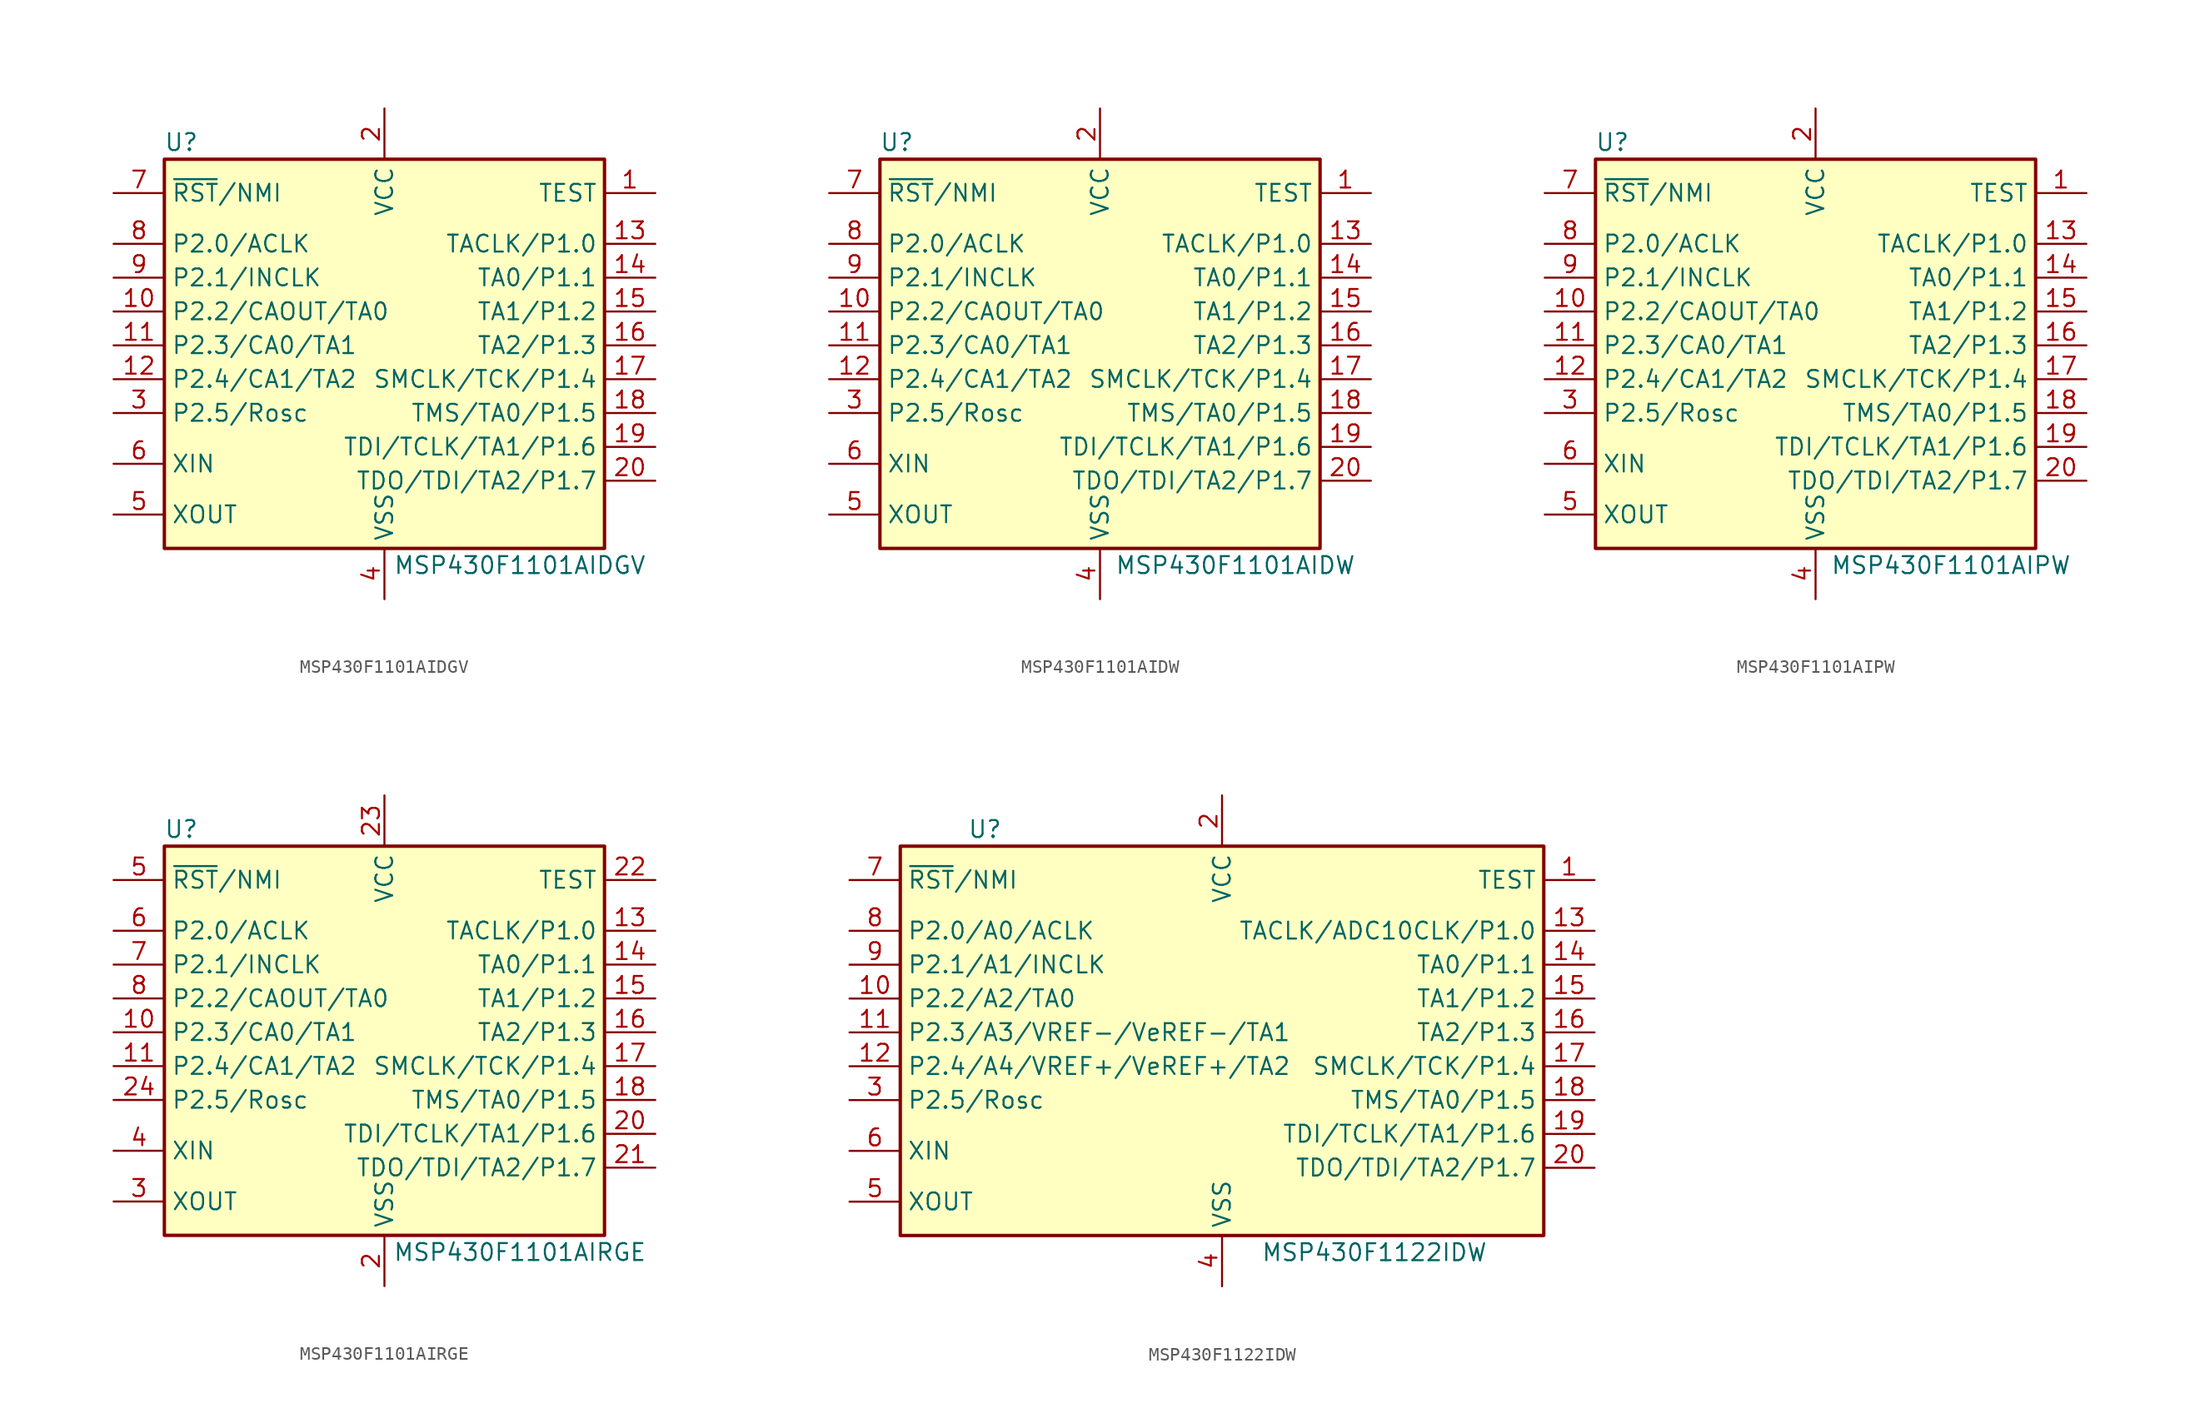
<source format=kicad_sym>
(kicad_symbol_lib
  (version 20241209)
  (generator "kicad_symbol_editor")
  (generator_version "9.0")
  (symbol "MSP430F1101AIDGV"
    (property "Reference" "U"
      (at -15.24 15.24 0)
      (effects (font (size 1.27 1.27))))
    (property "Value" "MSP430F1101AIDGV"
      (at 10.16 -16.51 0)
      (effects (font (size 1.27 1.27))))
    (symbol "MSP430F1101AIDGV_0_1"
      (rectangle (start -16.51 13.97) (end 16.51 -15.24) (stroke (width 0.254) (type default)) (fill (type background))))
    (symbol "MSP430F1101AIDGV_1_1"
      (pin input line (at -20.32 11.43 0) (length 3.81) (name "~{RST}/NMI" (effects (font (size 1.27 1.27)))) (number "7" (effects (font (size 1.27 1.27)))))
      (pin bidirectional line (at -20.32 7.62 0) (length 3.81) (name "P2.0/ACLK" (effects (font (size 1.27 1.27)))) (number "8" (effects (font (size 1.27 1.27)))))
      (pin bidirectional line (at -20.32 5.08 0) (length 3.81) (name "P2.1/INCLK" (effects (font (size 1.27 1.27)))) (number "9" (effects (font (size 1.27 1.27)))))
      (pin bidirectional line (at -20.32 2.54 0) (length 3.81) (name "P2.2/CAOUT/TA0" (effects (font (size 1.27 1.27)))) (number "10" (effects (font (size 1.27 1.27)))))
      (pin bidirectional line (at -20.32 0 0) (length 3.81) (name "P2.3/CA0/TA1" (effects (font (size 1.27 1.27)))) (number "11" (effects (font (size 1.27 1.27)))))
      (pin bidirectional line (at -20.32 -2.54 0) (length 3.81) (name "P2.4/CA1/TA2" (effects (font (size 1.27 1.27)))) (number "12" (effects (font (size 1.27 1.27)))))
      (pin bidirectional line (at -20.32 -5.08 0) (length 3.81) (name "P2.5/Rosc" (effects (font (size 1.27 1.27)))) (number "3" (effects (font (size 1.27 1.27)))))
      (pin input line (at -20.32 -8.89 0) (length 3.81) (name "XIN" (effects (font (size 1.27 1.27)))) (number "6" (effects (font (size 1.27 1.27)))))
      (pin output line (at -20.32 -12.7 0) (length 3.81) (name "XOUT" (effects (font (size 1.27 1.27)))) (number "5" (effects (font (size 1.27 1.27)))))
      (pin power_in line (at 0 17.78 270) (length 3.81) (name "VCC" (effects (font (size 1.27 1.27)))) (number "2" (effects (font (size 1.27 1.27)))))
      (pin power_in line (at 0 -19.05 90) (length 3.81) (name "VSS" (effects (font (size 1.27 1.27)))) (number "4" (effects (font (size 1.27 1.27)))))
      (pin input line (at 20.32 11.43 180) (length 3.81) (name "TEST" (effects (font (size 1.27 1.27)))) (number "1" (effects (font (size 1.27 1.27)))))
      (pin bidirectional line (at 20.32 7.62 180) (length 3.81) (name "TACLK/P1.0" (effects (font (size 1.27 1.27)))) (number "13" (effects (font (size 1.27 1.27)))))
      (pin bidirectional line (at 20.32 5.08 180) (length 3.81) (name "TA0/P1.1" (effects (font (size 1.27 1.27)))) (number "14" (effects (font (size 1.27 1.27)))))
      (pin bidirectional line (at 20.32 2.54 180) (length 3.81) (name "TA1/P1.2" (effects (font (size 1.27 1.27)))) (number "15" (effects (font (size 1.27 1.27)))))
      (pin bidirectional line (at 20.32 0 180) (length 3.81) (name "TA2/P1.3" (effects (font (size 1.27 1.27)))) (number "16" (effects (font (size 1.27 1.27)))))
      (pin bidirectional line (at 20.32 -2.54 180) (length 3.81) (name "SMCLK/TCK/P1.4" (effects (font (size 1.27 1.27)))) (number "17" (effects (font (size 1.27 1.27)))))
      (pin bidirectional line (at 20.32 -5.08 180) (length 3.81) (name "TMS/TA0/P1.5" (effects (font (size 1.27 1.27)))) (number "18" (effects (font (size 1.27 1.27)))))
      (pin bidirectional line (at 20.32 -7.62 180) (length 3.81) (name "TDI/TCLK/TA1/P1.6" (effects (font (size 1.27 1.27)))) (number "19" (effects (font (size 1.27 1.27)))))
      (pin bidirectional line (at 20.32 -10.16 180) (length 3.81) (name "TDO/TDI/TA2/P1.7" (effects (font (size 1.27 1.27)))) (number "20" (effects (font (size 1.27 1.27)))))))
  (symbol "MSP430F1101AIDW"
    (property "Reference" "U"
      (at -15.24 15.24 0)
      (effects (font (size 1.27 1.27))))
    (property "Value" "MSP430F1101AIDW"
      (at 10.16 -16.51 0)
      (effects (font (size 1.27 1.27))))
    (symbol "MSP430F1101AIDW_0_1"
      (rectangle (start -16.51 13.97) (end 16.51 -15.24) (stroke (width 0.254) (type default)) (fill (type background))))
    (symbol "MSP430F1101AIDW_1_1"
      (pin input line (at -20.32 11.43 0) (length 3.81) (name "~{RST}/NMI" (effects (font (size 1.27 1.27)))) (number "7" (effects (font (size 1.27 1.27)))))
      (pin bidirectional line (at -20.32 7.62 0) (length 3.81) (name "P2.0/ACLK" (effects (font (size 1.27 1.27)))) (number "8" (effects (font (size 1.27 1.27)))))
      (pin bidirectional line (at -20.32 5.08 0) (length 3.81) (name "P2.1/INCLK" (effects (font (size 1.27 1.27)))) (number "9" (effects (font (size 1.27 1.27)))))
      (pin bidirectional line (at -20.32 2.54 0) (length 3.81) (name "P2.2/CAOUT/TA0" (effects (font (size 1.27 1.27)))) (number "10" (effects (font (size 1.27 1.27)))))
      (pin bidirectional line (at -20.32 0 0) (length 3.81) (name "P2.3/CA0/TA1" (effects (font (size 1.27 1.27)))) (number "11" (effects (font (size 1.27 1.27)))))
      (pin bidirectional line (at -20.32 -2.54 0) (length 3.81) (name "P2.4/CA1/TA2" (effects (font (size 1.27 1.27)))) (number "12" (effects (font (size 1.27 1.27)))))
      (pin bidirectional line (at -20.32 -5.08 0) (length 3.81) (name "P2.5/Rosc" (effects (font (size 1.27 1.27)))) (number "3" (effects (font (size 1.27 1.27)))))
      (pin input line (at -20.32 -8.89 0) (length 3.81) (name "XIN" (effects (font (size 1.27 1.27)))) (number "6" (effects (font (size 1.27 1.27)))))
      (pin output line (at -20.32 -12.7 0) (length 3.81) (name "XOUT" (effects (font (size 1.27 1.27)))) (number "5" (effects (font (size 1.27 1.27)))))
      (pin power_in line (at 0 17.78 270) (length 3.81) (name "VCC" (effects (font (size 1.27 1.27)))) (number "2" (effects (font (size 1.27 1.27)))))
      (pin power_in line (at 0 -19.05 90) (length 3.81) (name "VSS" (effects (font (size 1.27 1.27)))) (number "4" (effects (font (size 1.27 1.27)))))
      (pin input line (at 20.32 11.43 180) (length 3.81) (name "TEST" (effects (font (size 1.27 1.27)))) (number "1" (effects (font (size 1.27 1.27)))))
      (pin bidirectional line (at 20.32 7.62 180) (length 3.81) (name "TACLK/P1.0" (effects (font (size 1.27 1.27)))) (number "13" (effects (font (size 1.27 1.27)))))
      (pin bidirectional line (at 20.32 5.08 180) (length 3.81) (name "TA0/P1.1" (effects (font (size 1.27 1.27)))) (number "14" (effects (font (size 1.27 1.27)))))
      (pin bidirectional line (at 20.32 2.54 180) (length 3.81) (name "TA1/P1.2" (effects (font (size 1.27 1.27)))) (number "15" (effects (font (size 1.27 1.27)))))
      (pin bidirectional line (at 20.32 0 180) (length 3.81) (name "TA2/P1.3" (effects (font (size 1.27 1.27)))) (number "16" (effects (font (size 1.27 1.27)))))
      (pin bidirectional line (at 20.32 -2.54 180) (length 3.81) (name "SMCLK/TCK/P1.4" (effects (font (size 1.27 1.27)))) (number "17" (effects (font (size 1.27 1.27)))))
      (pin bidirectional line (at 20.32 -5.08 180) (length 3.81) (name "TMS/TA0/P1.5" (effects (font (size 1.27 1.27)))) (number "18" (effects (font (size 1.27 1.27)))))
      (pin bidirectional line (at 20.32 -7.62 180) (length 3.81) (name "TDI/TCLK/TA1/P1.6" (effects (font (size 1.27 1.27)))) (number "19" (effects (font (size 1.27 1.27)))))
      (pin bidirectional line (at 20.32 -10.16 180) (length 3.81) (name "TDO/TDI/TA2/P1.7" (effects (font (size 1.27 1.27)))) (number "20" (effects (font (size 1.27 1.27)))))))
  (symbol "MSP430F1101AIPW"
    (property "Reference" "U"
      (at -15.24 15.24 0)
      (effects (font (size 1.27 1.27))))
    (property "Value" "MSP430F1101AIPW"
      (at 10.16 -16.51 0)
      (effects (font (size 1.27 1.27))))
    (symbol "MSP430F1101AIPW_0_1"
      (rectangle (start -16.51 13.97) (end 16.51 -15.24) (stroke (width 0.254) (type default)) (fill (type background))))
    (symbol "MSP430F1101AIPW_1_1"
      (pin input line (at -20.32 11.43 0) (length 3.81) (name "~{RST}/NMI" (effects (font (size 1.27 1.27)))) (number "7" (effects (font (size 1.27 1.27)))))
      (pin bidirectional line (at -20.32 7.62 0) (length 3.81) (name "P2.0/ACLK" (effects (font (size 1.27 1.27)))) (number "8" (effects (font (size 1.27 1.27)))))
      (pin bidirectional line (at -20.32 5.08 0) (length 3.81) (name "P2.1/INCLK" (effects (font (size 1.27 1.27)))) (number "9" (effects (font (size 1.27 1.27)))))
      (pin bidirectional line (at -20.32 2.54 0) (length 3.81) (name "P2.2/CAOUT/TA0" (effects (font (size 1.27 1.27)))) (number "10" (effects (font (size 1.27 1.27)))))
      (pin bidirectional line (at -20.32 0 0) (length 3.81) (name "P2.3/CA0/TA1" (effects (font (size 1.27 1.27)))) (number "11" (effects (font (size 1.27 1.27)))))
      (pin bidirectional line (at -20.32 -2.54 0) (length 3.81) (name "P2.4/CA1/TA2" (effects (font (size 1.27 1.27)))) (number "12" (effects (font (size 1.27 1.27)))))
      (pin bidirectional line (at -20.32 -5.08 0) (length 3.81) (name "P2.5/Rosc" (effects (font (size 1.27 1.27)))) (number "3" (effects (font (size 1.27 1.27)))))
      (pin input line (at -20.32 -8.89 0) (length 3.81) (name "XIN" (effects (font (size 1.27 1.27)))) (number "6" (effects (font (size 1.27 1.27)))))
      (pin output line (at -20.32 -12.7 0) (length 3.81) (name "XOUT" (effects (font (size 1.27 1.27)))) (number "5" (effects (font (size 1.27 1.27)))))
      (pin power_in line (at 0 17.78 270) (length 3.81) (name "VCC" (effects (font (size 1.27 1.27)))) (number "2" (effects (font (size 1.27 1.27)))))
      (pin power_in line (at 0 -19.05 90) (length 3.81) (name "VSS" (effects (font (size 1.27 1.27)))) (number "4" (effects (font (size 1.27 1.27)))))
      (pin input line (at 20.32 11.43 180) (length 3.81) (name "TEST" (effects (font (size 1.27 1.27)))) (number "1" (effects (font (size 1.27 1.27)))))
      (pin bidirectional line (at 20.32 7.62 180) (length 3.81) (name "TACLK/P1.0" (effects (font (size 1.27 1.27)))) (number "13" (effects (font (size 1.27 1.27)))))
      (pin bidirectional line (at 20.32 5.08 180) (length 3.81) (name "TA0/P1.1" (effects (font (size 1.27 1.27)))) (number "14" (effects (font (size 1.27 1.27)))))
      (pin bidirectional line (at 20.32 2.54 180) (length 3.81) (name "TA1/P1.2" (effects (font (size 1.27 1.27)))) (number "15" (effects (font (size 1.27 1.27)))))
      (pin bidirectional line (at 20.32 0 180) (length 3.81) (name "TA2/P1.3" (effects (font (size 1.27 1.27)))) (number "16" (effects (font (size 1.27 1.27)))))
      (pin bidirectional line (at 20.32 -2.54 180) (length 3.81) (name "SMCLK/TCK/P1.4" (effects (font (size 1.27 1.27)))) (number "17" (effects (font (size 1.27 1.27)))))
      (pin bidirectional line (at 20.32 -5.08 180) (length 3.81) (name "TMS/TA0/P1.5" (effects (font (size 1.27 1.27)))) (number "18" (effects (font (size 1.27 1.27)))))
      (pin bidirectional line (at 20.32 -7.62 180) (length 3.81) (name "TDI/TCLK/TA1/P1.6" (effects (font (size 1.27 1.27)))) (number "19" (effects (font (size 1.27 1.27)))))
      (pin bidirectional line (at 20.32 -10.16 180) (length 3.81) (name "TDO/TDI/TA2/P1.7" (effects (font (size 1.27 1.27)))) (number "20" (effects (font (size 1.27 1.27)))))))
  (symbol "MSP430F1101AIRGE"
    (property "Reference" "U"
      (at -15.24 15.24 0)
      (effects (font (size 1.27 1.27))))
    (property "Value" "MSP430F1101AIRGE"
      (at 10.16 -16.51 0)
      (effects (font (size 1.27 1.27))))
    (symbol "MSP430F1101AIRGE_0_1"
      (rectangle (start -16.51 13.97) (end 16.51 -15.24) (stroke (width 0.254) (type default)) (fill (type background))))
    (symbol "MSP430F1101AIRGE_1_1"
      (pin input line (at -20.32 11.43 0) (length 3.81) (name "~{RST}/NMI" (effects (font (size 1.27 1.27)))) (number "5" (effects (font (size 1.27 1.27)))))
      (pin bidirectional line (at -20.32 7.62 0) (length 3.81) (name "P2.0/ACLK" (effects (font (size 1.27 1.27)))) (number "6" (effects (font (size 1.27 1.27)))))
      (pin bidirectional line (at -20.32 5.08 0) (length 3.81) (name "P2.1/INCLK" (effects (font (size 1.27 1.27)))) (number "7" (effects (font (size 1.27 1.27)))))
      (pin bidirectional line (at -20.32 2.54 0) (length 3.81) (name "P2.2/CAOUT/TA0" (effects (font (size 1.27 1.27)))) (number "8" (effects (font (size 1.27 1.27)))))
      (pin bidirectional line (at -20.32 0 0) (length 3.81) (name "P2.3/CA0/TA1" (effects (font (size 1.27 1.27)))) (number "10" (effects (font (size 1.27 1.27)))))
      (pin bidirectional line (at -20.32 -2.54 0) (length 3.81) (name "P2.4/CA1/TA2" (effects (font (size 1.27 1.27)))) (number "11" (effects (font (size 1.27 1.27)))))
      (pin bidirectional line (at -20.32 -5.08 0) (length 3.81) (name "P2.5/Rosc" (effects (font (size 1.27 1.27)))) (number "24" (effects (font (size 1.27 1.27)))))
      (pin input line (at -20.32 -8.89 0) (length 3.81) (name "XIN" (effects (font (size 1.27 1.27)))) (number "4" (effects (font (size 1.27 1.27)))))
      (pin output line (at -20.32 -12.7 0) (length 3.81) (name "XOUT" (effects (font (size 1.27 1.27)))) (number "3" (effects (font (size 1.27 1.27)))))
      (pin power_in line (at 0 17.78 270) (length 3.81) (name "VCC" (effects (font (size 1.27 1.27)))) (number "23" (effects (font (size 1.27 1.27)))))
      (pin power_in line (at 0 -19.05 90) (length 3.81) (name "VSS" (effects (font (size 1.27 1.27)))) (number "2" (effects (font (size 1.27 1.27)))))
      (pin input line (at 20.32 11.43 180) (length 3.81) (name "TEST" (effects (font (size 1.27 1.27)))) (number "22" (effects (font (size 1.27 1.27)))))
      (pin bidirectional line (at 20.32 7.62 180) (length 3.81) (name "TACLK/P1.0" (effects (font (size 1.27 1.27)))) (number "13" (effects (font (size 1.27 1.27)))))
      (pin bidirectional line (at 20.32 5.08 180) (length 3.81) (name "TA0/P1.1" (effects (font (size 1.27 1.27)))) (number "14" (effects (font (size 1.27 1.27)))))
      (pin bidirectional line (at 20.32 2.54 180) (length 3.81) (name "TA1/P1.2" (effects (font (size 1.27 1.27)))) (number "15" (effects (font (size 1.27 1.27)))))
      (pin bidirectional line (at 20.32 0 180) (length 3.81) (name "TA2/P1.3" (effects (font (size 1.27 1.27)))) (number "16" (effects (font (size 1.27 1.27)))))
      (pin bidirectional line (at 20.32 -2.54 180) (length 3.81) (name "SMCLK/TCK/P1.4" (effects (font (size 1.27 1.27)))) (number "17" (effects (font (size 1.27 1.27)))))
      (pin bidirectional line (at 20.32 -5.08 180) (length 3.81) (name "TMS/TA0/P1.5" (effects (font (size 1.27 1.27)))) (number "18" (effects (font (size 1.27 1.27)))))
      (pin bidirectional line (at 20.32 -7.62 180) (length 3.81) (name "TDI/TCLK/TA1/P1.6" (effects (font (size 1.27 1.27)))) (number "20" (effects (font (size 1.27 1.27)))))
      (pin bidirectional line (at 20.32 -10.16 180) (length 3.81) (name "TDO/TDI/TA2/P1.7" (effects (font (size 1.27 1.27)))) (number "21" (effects (font (size 1.27 1.27)))))))
  (symbol "MSP430F1122IDW"
    (property "Reference" "U"
      (at -17.78 15.24 0)
      (effects (font (size 1.27 1.27))))
    (property "Value" "MSP430F1122IDW"
      (at 11.43 -16.51 0)
      (effects (font (size 1.27 1.27))))
    (symbol "MSP430F1122IDW_0_1"
      (rectangle (start -24.13 13.97) (end 24.13 -15.24) (stroke (width 0.254) (type default)) (fill (type background))))
    (symbol "MSP430F1122IDW_1_1"
      (pin input line (at -27.94 11.43 0) (length 3.81) (name "~{RST}/NMI" (effects (font (size 1.27 1.27)))) (number "7" (effects (font (size 1.27 1.27)))))
      (pin bidirectional line (at -27.94 7.62 0) (length 3.81) (name "P2.0/A0/ACLK" (effects (font (size 1.27 1.27)))) (number "8" (effects (font (size 1.27 1.27)))))
      (pin bidirectional line (at -27.94 5.08 0) (length 3.81) (name "P2.1/A1/INCLK" (effects (font (size 1.27 1.27)))) (number "9" (effects (font (size 1.27 1.27)))))
      (pin bidirectional line (at -27.94 2.54 0) (length 3.81) (name "P2.2/A2/TA0" (effects (font (size 1.27 1.27)))) (number "10" (effects (font (size 1.27 1.27)))))
      (pin bidirectional line (at -27.94 0 0) (length 3.81) (name "P2.3/A3/VREF-/VeREF-/TA1" (effects (font (size 1.27 1.27)))) (number "11" (effects (font (size 1.27 1.27)))))
      (pin bidirectional line (at -27.94 -2.54 0) (length 3.81) (name "P2.4/A4/VREF+/VeREF+/TA2" (effects (font (size 1.27 1.27)))) (number "12" (effects (font (size 1.27 1.27)))))
      (pin bidirectional line (at -27.94 -5.08 0) (length 3.81) (name "P2.5/Rosc" (effects (font (size 1.27 1.27)))) (number "3" (effects (font (size 1.27 1.27)))))
      (pin input line (at -27.94 -8.89 0) (length 3.81) (name "XIN" (effects (font (size 1.27 1.27)))) (number "6" (effects (font (size 1.27 1.27)))))
      (pin output line (at -27.94 -12.7 0) (length 3.81) (name "XOUT" (effects (font (size 1.27 1.27)))) (number "5" (effects (font (size 1.27 1.27)))))
      (pin power_in line (at 0 17.78 270) (length 3.81) (name "VCC" (effects (font (size 1.27 1.27)))) (number "2" (effects (font (size 1.27 1.27)))))
      (pin power_in line (at 0 -19.05 90) (length 3.81) (name "VSS" (effects (font (size 1.27 1.27)))) (number "4" (effects (font (size 1.27 1.27)))))
      (pin input line (at 27.94 11.43 180) (length 3.81) (name "TEST" (effects (font (size 1.27 1.27)))) (number "1" (effects (font (size 1.27 1.27)))))
      (pin bidirectional line (at 27.94 7.62 180) (length 3.81) (name "TACLK/ADC10CLK/P1.0" (effects (font (size 1.27 1.27)))) (number "13" (effects (font (size 1.27 1.27)))))
      (pin bidirectional line (at 27.94 5.08 180) (length 3.81) (name "TA0/P1.1" (effects (font (size 1.27 1.27)))) (number "14" (effects (font (size 1.27 1.27)))))
      (pin bidirectional line (at 27.94 2.54 180) (length 3.81) (name "TA1/P1.2" (effects (font (size 1.27 1.27)))) (number "15" (effects (font (size 1.27 1.27)))))
      (pin bidirectional line (at 27.94 0 180) (length 3.81) (name "TA2/P1.3" (effects (font (size 1.27 1.27)))) (number "16" (effects (font (size 1.27 1.27)))))
      (pin bidirectional line (at 27.94 -2.54 180) (length 3.81) (name "SMCLK/TCK/P1.4" (effects (font (size 1.27 1.27)))) (number "17" (effects (font (size 1.27 1.27)))))
      (pin bidirectional line (at 27.94 -5.08 180) (length 3.81) (name "TMS/TA0/P1.5" (effects (font (size 1.27 1.27)))) (number "18" (effects (font (size 1.27 1.27)))))
      (pin bidirectional line (at 27.94 -7.62 180) (length 3.81) (name "TDI/TCLK/TA1/P1.6" (effects (font (size 1.27 1.27)))) (number "19" (effects (font (size 1.27 1.27)))))
      (pin bidirectional line (at 27.94 -10.16 180) (length 3.81) (name "TDO/TDI/TA2/P1.7" (effects (font (size 1.27 1.27)))) (number "20" (effects (font (size 1.27 1.27))))))))
</source>
